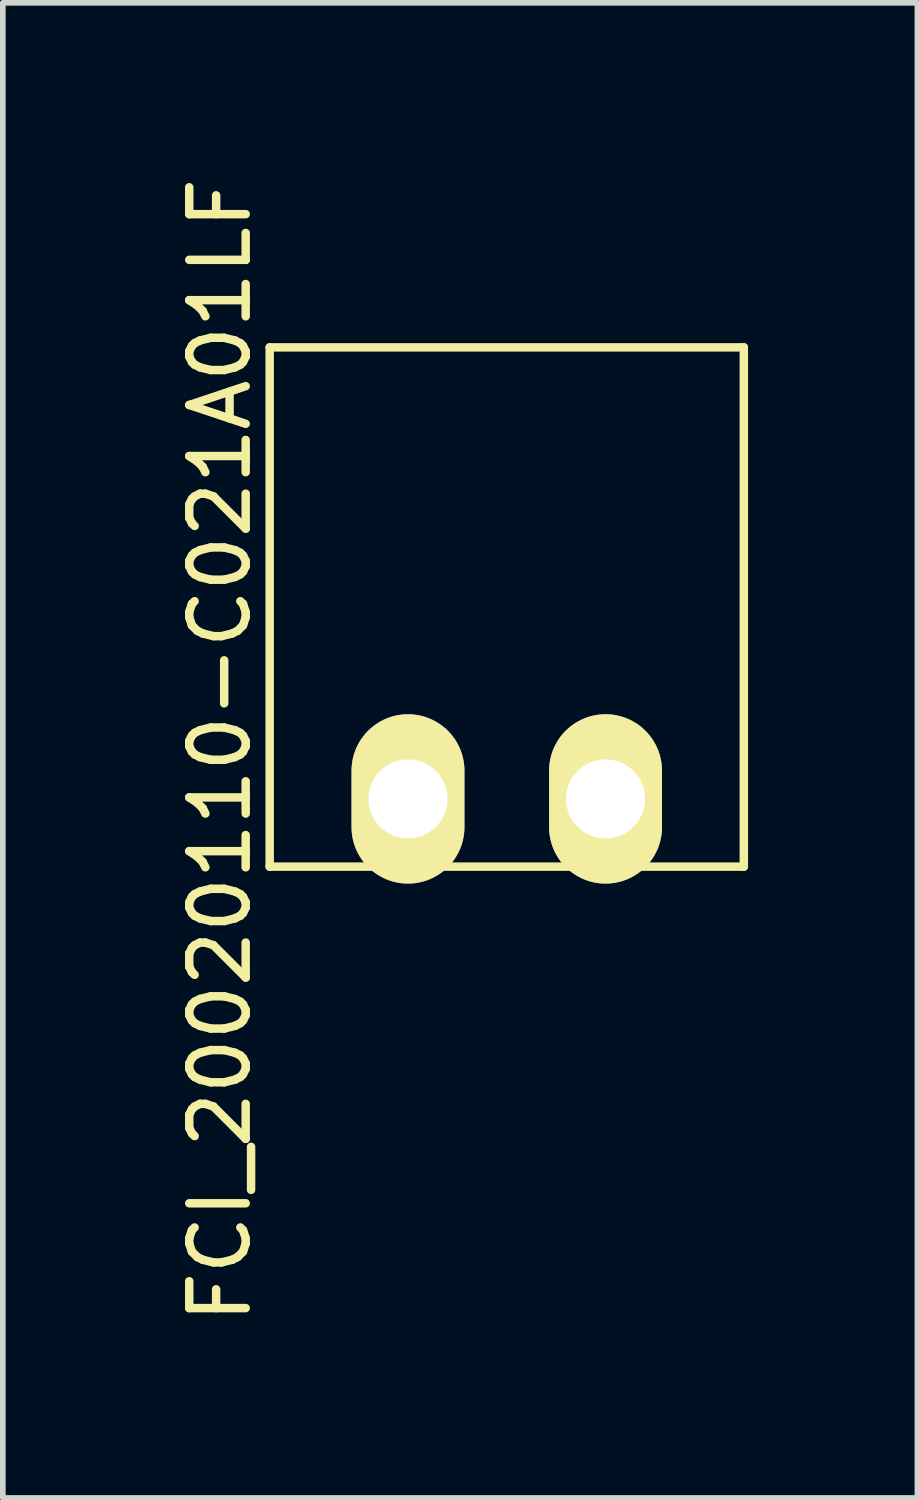
<source format=kicad_pcb>
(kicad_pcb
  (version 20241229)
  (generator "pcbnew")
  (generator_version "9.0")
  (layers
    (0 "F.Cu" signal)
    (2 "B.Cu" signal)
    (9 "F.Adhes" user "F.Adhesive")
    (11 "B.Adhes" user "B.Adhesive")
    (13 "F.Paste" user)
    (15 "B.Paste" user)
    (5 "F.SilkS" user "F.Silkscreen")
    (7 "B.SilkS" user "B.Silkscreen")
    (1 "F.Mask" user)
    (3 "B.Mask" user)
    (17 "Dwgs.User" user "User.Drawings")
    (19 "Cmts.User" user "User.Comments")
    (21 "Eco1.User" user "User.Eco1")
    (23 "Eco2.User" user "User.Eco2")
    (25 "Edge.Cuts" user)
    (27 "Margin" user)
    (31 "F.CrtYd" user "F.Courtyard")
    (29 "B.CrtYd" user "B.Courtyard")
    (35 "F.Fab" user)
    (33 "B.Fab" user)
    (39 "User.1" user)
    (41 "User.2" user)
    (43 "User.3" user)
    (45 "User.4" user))
  (footprint "FCI_20020110-C021A01LF"
    (layer "F.Cu")
    (at 5.928 7.704)
    (property "Reference" "FCI_20020110-C021A01LF" (at -5.08 2.54 90) (layer "F.SilkS") (effects (font (size 1 1) (thickness 0.15))))
    (attr through_hole)
    (fp_line (start -4.2 -4.6) (end -4.2 4.6) (stroke (width 0.15) (type solid)) (layer "F.SilkS"))
    (fp_line (start -4.2 -4.6) (end 4.2 -4.6) (stroke (width 0.15) (type solid)) (layer "F.SilkS"))
    (fp_line (start -4.2 4.6) (end 4.2 4.6) (stroke (width 0.15) (type solid)) (layer "F.SilkS"))
    (fp_line (start 4.2 -4.6) (end 4.2 4.6) (stroke (width 0.15) (type solid)) (layer "F.SilkS"))
    (pad "1" thru_hole oval (at -1.75 3.4) (size 2 3) (drill 1.4) (layers "*.Cu" "*.Mask" "F.SilkS"))
    (pad "2" thru_hole oval (at 1.75 3.4) (size 2 3) (drill 1.4) (layers "*.Cu" "*.Mask" "F.SilkS")))
  (gr_rect
    (start -3 -3)
    (end 13.203 23.488)
    (stroke (width 0.1) (type default))
    (fill no)
    (layer "Edge.Cuts")))
</source>
